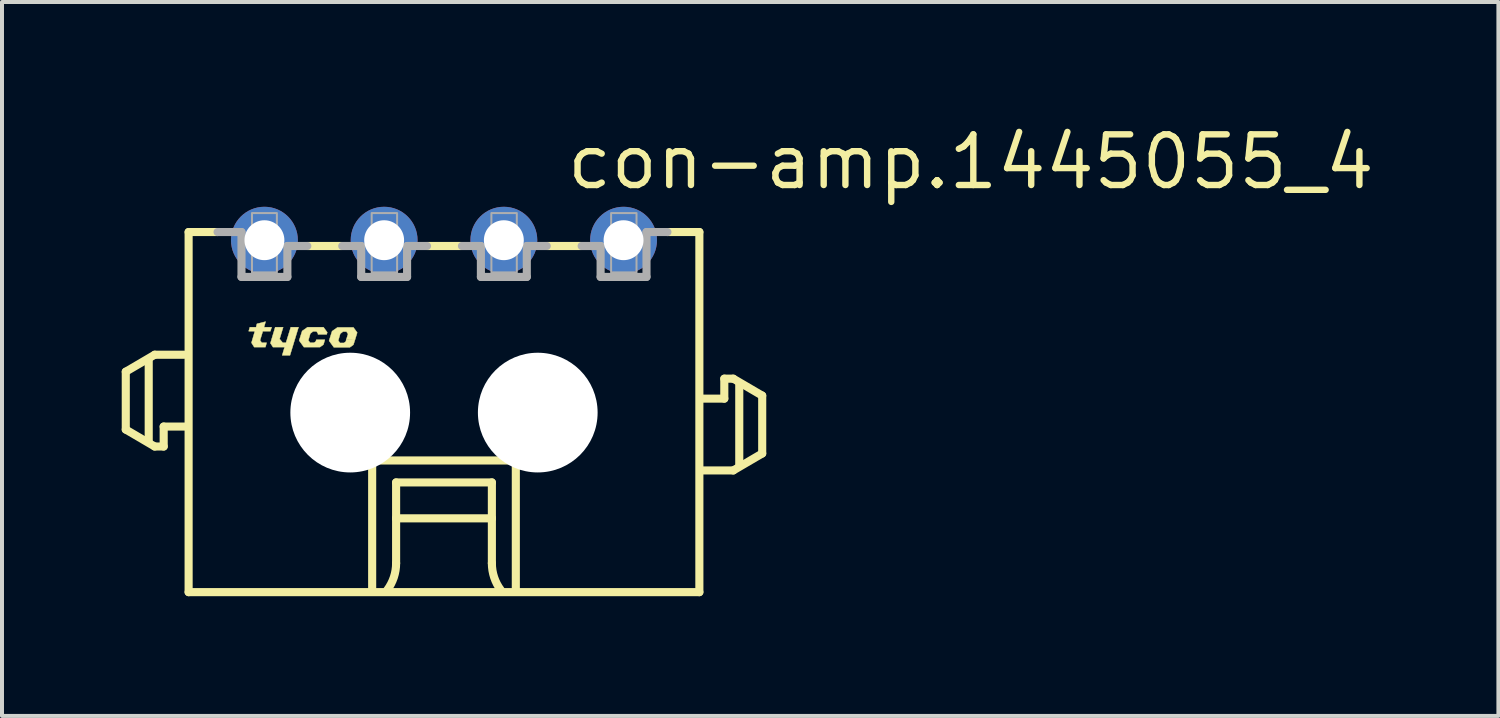
<source format=kicad_pcb>
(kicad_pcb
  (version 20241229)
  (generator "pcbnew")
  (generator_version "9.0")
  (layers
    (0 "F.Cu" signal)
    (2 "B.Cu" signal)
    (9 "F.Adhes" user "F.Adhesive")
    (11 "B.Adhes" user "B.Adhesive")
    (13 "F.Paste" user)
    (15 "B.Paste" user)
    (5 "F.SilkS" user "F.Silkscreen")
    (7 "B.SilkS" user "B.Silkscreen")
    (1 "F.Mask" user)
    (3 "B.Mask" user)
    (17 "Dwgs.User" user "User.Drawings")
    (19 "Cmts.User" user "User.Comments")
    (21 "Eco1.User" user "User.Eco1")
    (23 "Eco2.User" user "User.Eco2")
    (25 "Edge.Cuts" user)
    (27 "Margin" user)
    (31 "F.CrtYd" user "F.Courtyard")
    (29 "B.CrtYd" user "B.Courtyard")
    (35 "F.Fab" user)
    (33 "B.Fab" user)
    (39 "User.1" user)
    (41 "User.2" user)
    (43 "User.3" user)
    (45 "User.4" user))
  (footprint "con-amp.1445055_4"
    (layer "F.Cu")
    (at 8.077 7.29)
    (property "Reference" "con-amp.1445055_4" (at 3 -5.54 0) (layer "F.SilkS") (effects (font (size 1.27 1.27) (thickness 0.16)) (justify left bottom)))
    (attr through_hole)
    (fp_line (start -7.975 -1.025) (end -7.975 0.425) (stroke (width 0.203) (type default)) (layer "F.SilkS"))
    (fp_line (start -7.975 0.425) (end -7.25 0.85) (stroke (width 0.203) (type default)) (layer "F.SilkS"))
    (fp_line (start -7.4 0.7) (end -7.4 -1.3) (stroke (width 0.203) (type default)) (layer "F.SilkS"))
    (fp_line (start -7.25 -1.45) (end -7.975 -1.025) (stroke (width 0.203) (type default)) (layer "F.SilkS"))
    (fp_line (start -7.25 0.85) (end -7.025 0.85) (stroke (width 0.203) (type default)) (layer "F.SilkS"))
    (fp_line (start -7.025 0.35) (end -6.5 0.35) (stroke (width 0.203) (type default)) (layer "F.SilkS"))
    (fp_line (start -7.025 0.85) (end -7.025 0.35) (stroke (width 0.203) (type default)) (layer "F.SilkS"))
    (fp_line (start -6.5 -1.45) (end -7.25 -1.45) (stroke (width 0.203) (type default)) (layer "F.SilkS"))
    (fp_line (start -6.4 -4.525) (end -6.4 4.5) (stroke (width 0.203) (type default)) (layer "F.SilkS"))
    (fp_line (start -6.4 -4.525) (end -5.675 -4.525) (stroke (width 0.203) (type default)) (layer "F.SilkS"))
    (fp_line (start -6.4 4.5) (end 6.4 4.5) (stroke (width 0.203) (type default)) (layer "F.SilkS"))
    (fp_line (start -2.55 -4.175) (end -3.425 -4.175) (stroke (width 0.203) (type default)) (layer "F.SilkS"))
    (fp_line (start -1.8 1.2) (end 1.8 1.2) (stroke (width 0.203) (type default)) (layer "F.SilkS"))
    (fp_line (start -1.8 4.4) (end -1.8 1.2) (stroke (width 0.203) (type default)) (layer "F.SilkS"))
    (fp_line (start -1.2 1.75) (end -1.2 2.65) (stroke (width 0.203) (type default)) (layer "F.SilkS"))
    (fp_line (start -1.2 2.65) (end -1.2 3.775) (stroke (width 0.203) (type default)) (layer "F.SilkS"))
    (fp_line (start -1.2 2.65) (end 1.2 2.65) (stroke (width 0.203) (type default)) (layer "F.SilkS"))
    (fp_line (start 0.45 -4.175) (end -0.425 -4.175) (stroke (width 0.203) (type default)) (layer "F.SilkS"))
    (fp_line (start 1.2 1.75) (end -1.2 1.75) (stroke (width 0.203) (type default)) (layer "F.SilkS"))
    (fp_line (start 1.2 2.65) (end 1.2 1.75) (stroke (width 0.203) (type default)) (layer "F.SilkS"))
    (fp_line (start 1.2 2.65) (end 1.2 3.775) (stroke (width 0.203) (type default)) (layer "F.SilkS"))
    (fp_line (start 1.8 1.2) (end 1.8 4.4) (stroke (width 0.203) (type default)) (layer "F.SilkS"))
    (fp_line (start 3.45 -4.175) (end 2.575 -4.175) (stroke (width 0.203) (type default)) (layer "F.SilkS"))
    (fp_line (start 6.4 -4.525) (end 5.6 -4.525) (stroke (width 0.203) (type default)) (layer "F.SilkS"))
    (fp_line (start 6.4 4.5) (end 6.4 -4.525) (stroke (width 0.203) (type default)) (layer "F.SilkS"))
    (fp_line (start 6.5 1.45) (end 7.25 1.45) (stroke (width 0.203) (type default)) (layer "F.SilkS"))
    (fp_line (start 7.025 -0.85) (end 7.025 -0.35) (stroke (width 0.203) (type default)) (layer "F.SilkS"))
    (fp_line (start 7.025 -0.35) (end 6.5 -0.35) (stroke (width 0.203) (type default)) (layer "F.SilkS"))
    (fp_line (start 7.25 -0.85) (end 7.025 -0.85) (stroke (width 0.203) (type default)) (layer "F.SilkS"))
    (fp_line (start 7.25 1.45) (end 7.975 1.025) (stroke (width 0.203) (type default)) (layer "F.SilkS"))
    (fp_line (start 7.4 1.3) (end 7.4 -0.7) (stroke (width 0.203) (type default)) (layer "F.SilkS"))
    (fp_line (start 7.975 -0.425) (end 7.25 -0.85) (stroke (width 0.203) (type default)) (layer "F.SilkS"))
    (fp_line (start 7.975 1.025) (end 7.975 -0.425) (stroke (width 0.203) (type default)) (layer "F.SilkS"))
    (fp_arc (start -1.2 3.775) (mid -1.257731 4.130756) (end -1.425 4.45) (stroke (width 0.2032) (type default)) (layer "F.SilkS"))
    (fp_arc (start 1.425 4.45) (mid 1.257731 4.130756) (end 1.2 3.775) (stroke (width 0.2032) (type default)) (layer "F.SilkS"))
    (fp_poly (pts (xy -4.23 -2.14) (xy -4.03 -2.14) (xy -4.12 -1.845) (xy -4.04 -1.75) (xy -3.96 -1.75) (xy -3.84 -2.14) (xy -3.645 -2.14) (xy -3.86 -1.435) (xy -4.055 -1.435) (xy -3.995 -1.64) (xy -4.285 -1.64) (xy -4.35 -1.74)) (stroke (width 0.01) (type default)) (fill yes) (layer "F.SilkS"))
    (fp_poly (pts (xy -4.865 -2.14) (xy -4.71 -2.14) (xy -4.688 -2.225) (xy -4.47 -2.28) (xy -4.51 -2.14) (xy -4.32 -2.14) (xy -4.35 -2.04) (xy -4.54 -2.04) (xy -4.61 -1.81) (xy -4.565 -1.75) (xy -4.445 -1.75) (xy -4.475 -1.64) (xy -4.755 -1.64) (xy -4.825 -1.75) (xy -4.74 -2.04) (xy -4.895 -2.04)) (stroke (width 0.01) (type default)) (fill yes) (layer "F.SilkS"))
    (fp_poly (pts (xy -3.16 -1.96) (xy -2.94 -1.96) (xy -2.925 -2.01) (xy -3.02 -2.14) (xy -3.42 -2.14) (xy -3.555 -2.045) (xy -3.63 -1.805) (xy -3.51 -1.64) (xy -3.11 -1.64) (xy -3.02 -1.705) (xy -2.985 -1.825) (xy -3.2 -1.825) (xy -3.215 -1.78) (xy -3.26 -1.75) (xy -3.355 -1.75) (xy -3.4 -1.81) (xy -3.35 -1.98) (xy -3.28 -2.035) (xy -3.195 -2.035) (xy -3.155 -1.975)) (stroke (width 0.01) (type default)) (fill yes) (layer "F.SilkS"))
    (fp_poly (pts (xy -2.45 -1.825) (xy -2.23 -1.825) (xy -2.175 -2.005) (xy -2.27 -2.135) (xy -2.67 -2.135) (xy -2.805 -2.04) (xy -2.88 -1.8) (xy -2.76 -1.635) (xy -2.36 -1.635) (xy -2.27 -1.7) (xy -2.23 -1.825) (xy -2.45 -1.82) (xy -2.465 -1.775) (xy -2.51 -1.745) (xy -2.605 -1.745) (xy -2.65 -1.805) (xy -2.6 -1.975) (xy -2.53 -2.03) (xy -2.445 -2.03) (xy -2.405 -1.97)) (stroke (width 0.01) (type default)) (fill yes) (layer "F.SilkS"))
    (fp_line (start -5.075 -4.525) (end -5.675 -4.525) (stroke (width 0.203) (type default)) (layer "F.Fab"))
    (fp_line (start -5.075 -3.4) (end -5.075 -4.525) (stroke (width 0.203) (type default)) (layer "F.Fab"))
    (fp_line (start -3.925 -4.175) (end -3.925 -3.4) (stroke (width 0.203) (type default)) (layer "F.Fab"))
    (fp_line (start -3.925 -3.4) (end -5.075 -3.4) (stroke (width 0.203) (type default)) (layer "F.Fab"))
    (fp_line (start -3.425 -4.175) (end -3.925 -4.175) (stroke (width 0.203) (type default)) (layer "F.Fab"))
    (fp_line (start -2.075 -4.175) (end -2.55 -4.175) (stroke (width 0.203) (type default)) (layer "F.Fab"))
    (fp_line (start -2.075 -3.4) (end -2.075 -4.175) (stroke (width 0.203) (type default)) (layer "F.Fab"))
    (fp_line (start -0.925 -4.175) (end -0.925 -3.4) (stroke (width 0.203) (type default)) (layer "F.Fab"))
    (fp_line (start -0.925 -3.4) (end -2.075 -3.4) (stroke (width 0.203) (type default)) (layer "F.Fab"))
    (fp_line (start -0.425 -4.175) (end -0.925 -4.175) (stroke (width 0.203) (type default)) (layer "F.Fab"))
    (fp_line (start 0.925 -4.175) (end 0.45 -4.175) (stroke (width 0.203) (type default)) (layer "F.Fab"))
    (fp_line (start 0.925 -3.4) (end 0.925 -4.175) (stroke (width 0.203) (type default)) (layer "F.Fab"))
    (fp_line (start 2.075 -4.175) (end 2.075 -3.4) (stroke (width 0.203) (type default)) (layer "F.Fab"))
    (fp_line (start 2.075 -3.4) (end 0.925 -3.4) (stroke (width 0.203) (type default)) (layer "F.Fab"))
    (fp_line (start 2.575 -4.175) (end 2.075 -4.175) (stroke (width 0.203) (type default)) (layer "F.Fab"))
    (fp_line (start 3.925 -4.175) (end 3.45 -4.175) (stroke (width 0.203) (type default)) (layer "F.Fab"))
    (fp_line (start 3.925 -3.4) (end 3.925 -4.175) (stroke (width 0.203) (type default)) (layer "F.Fab"))
    (fp_line (start 5.075 -4.525) (end 5.075 -3.4) (stroke (width 0.203) (type default)) (layer "F.Fab"))
    (fp_line (start 5.075 -3.4) (end 3.925 -3.4) (stroke (width 0.203) (type default)) (layer "F.Fab"))
    (fp_line (start 5.6 -4.525) (end 5.075 -4.525) (stroke (width 0.203) (type default)) (layer "F.Fab"))
    (fp_rect (start -4.812 -3.513) (end -4.188 -5) (stroke (width 0.05) (type default)) (fill no) (layer "F.Fab"))
    (fp_rect (start -1.812 -3.513) (end -1.175 -5) (stroke (width 0.05) (type default)) (fill no) (layer "F.Fab"))
    (fp_rect (start 1.188 -3.513) (end 1.825 -5) (stroke (width 0.05) (type default)) (fill no) (layer "F.Fab"))
    (fp_rect (start 4.188 -3.513) (end 4.825 -5) (stroke (width 0.05) (type default)) (fill no) (layer "F.Fab"))
    (pad "" np_thru_hole circle (at -2.35 0) (size 3 3) (drill 3) (layers "*.Cu" "*.Mask"))
    (pad "" np_thru_hole circle (at 2.35 0) (size 3 3) (drill 3) (layers "*.Cu" "*.Mask"))
    (pad "1" thru_hole circle (at 4.5 -4.32) (size 1.676 1.676) (drill 1) (layers "*.Cu" "*.Mask"))
    (pad "2" thru_hole circle (at 1.5 -4.32) (size 1.676 1.676) (drill 1) (layers "*.Cu" "*.Mask"))
    (pad "3" thru_hole circle (at -1.5 -4.32) (size 1.676 1.676) (drill 1) (layers "*.Cu" "*.Mask"))
    (pad "4" thru_hole circle (at -4.5 -4.32) (size 1.676 1.676) (drill 1) (layers "*.Cu" "*.Mask")))
  (gr_rect
    (start -3 -3)
    (end 34.502 14.892)
    (stroke (width 0.1) (type default))
    (fill no)
    (layer "Edge.Cuts")))
</source>
